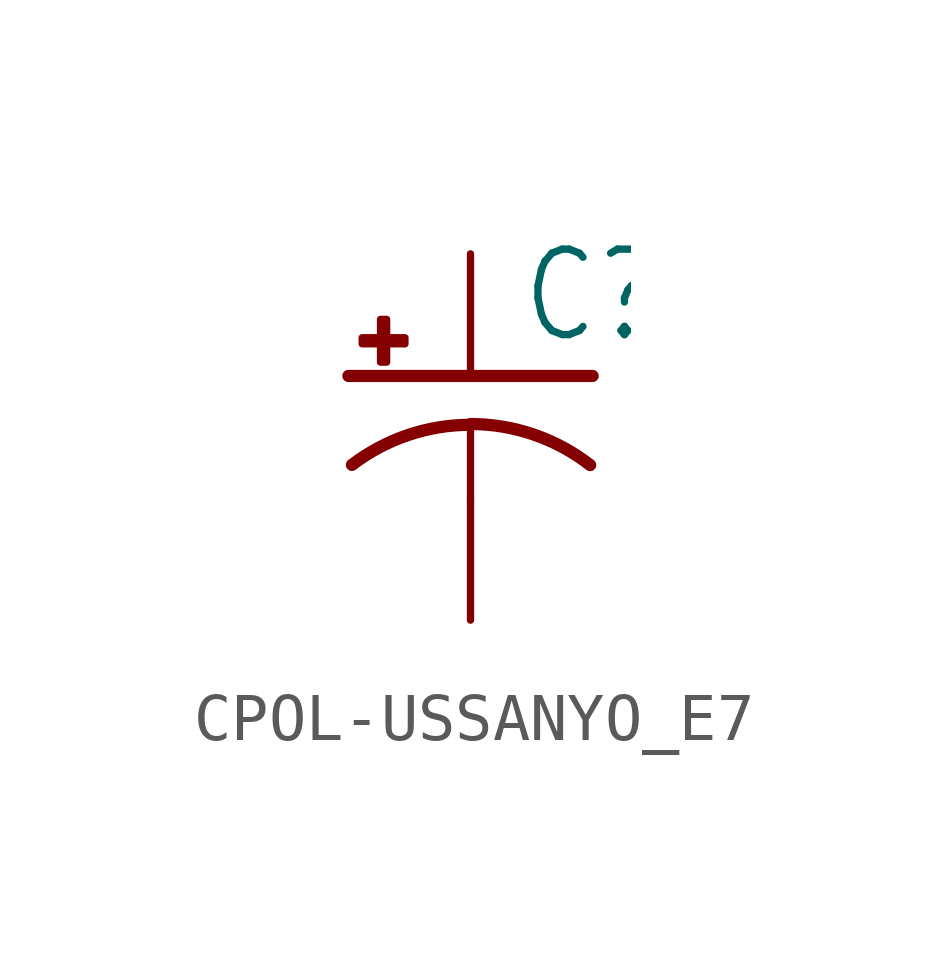
<source format=kicad_sym>
(kicad_symbol_lib
  (version 20231120)
  (generator "kicad_symbol_editor")
  (generator_version "8.0")
  (symbol "CPOL-USSANYO_E7"
    (property "Reference" "C"
      (at 1.016 0.635 0)
      (effects (font (size 1.778 1.511)) (justify left bottom)))
    (property "Value" ""
      (at 1.016 -4.191 0)
      (effects (font (size 1.778 1.511)) (justify left bottom)))
    (property "ki_locked" ""
      (at 0 0 0)
      (effects (font (size 1.27 1.27))))
    (symbol "CPOL-USSANYO_E7_1_0"
      (rectangle (start -2.253 0.668) (end -1.364 0.795) (stroke (width 0) (type default)) (fill (type outline)))
      (rectangle (start -1.872 0.287) (end -1.745 1.176) (stroke (width 0) (type default)) (fill (type outline)))
      (arc (start 0 -1.0161) (mid -1.3021 -1.2303) (end -2.4669 -1.8504) (stroke (width 0.254) (type solid)) (fill (type none)))
      (polyline (pts (xy -2.54 0) (xy 2.54 0)) (stroke (width 0.254) (type solid)) (fill (type none)))
      (polyline (pts (xy 0 -1.016) (xy 0 -2.54)) (stroke (width 0.152) (type solid)) (fill (type none)))
      (arc (start 2.4892 -1.8541) (mid 1.3158 -1.2194) (end 0 -1) (stroke (width 0.254) (type solid)) (fill (type none)))
      (pin passive line (at 0 2.54 270) (length 2.54) (name "+" (effects (font (size 0 0)))) (number "+" (effects (font (size 0 0)))))
      (pin passive line (at 0 -5.08 90) (length 2.54) (name "-" (effects (font (size 0 0)))) (number "-" (effects (font (size 0 0))))))))
</source>
